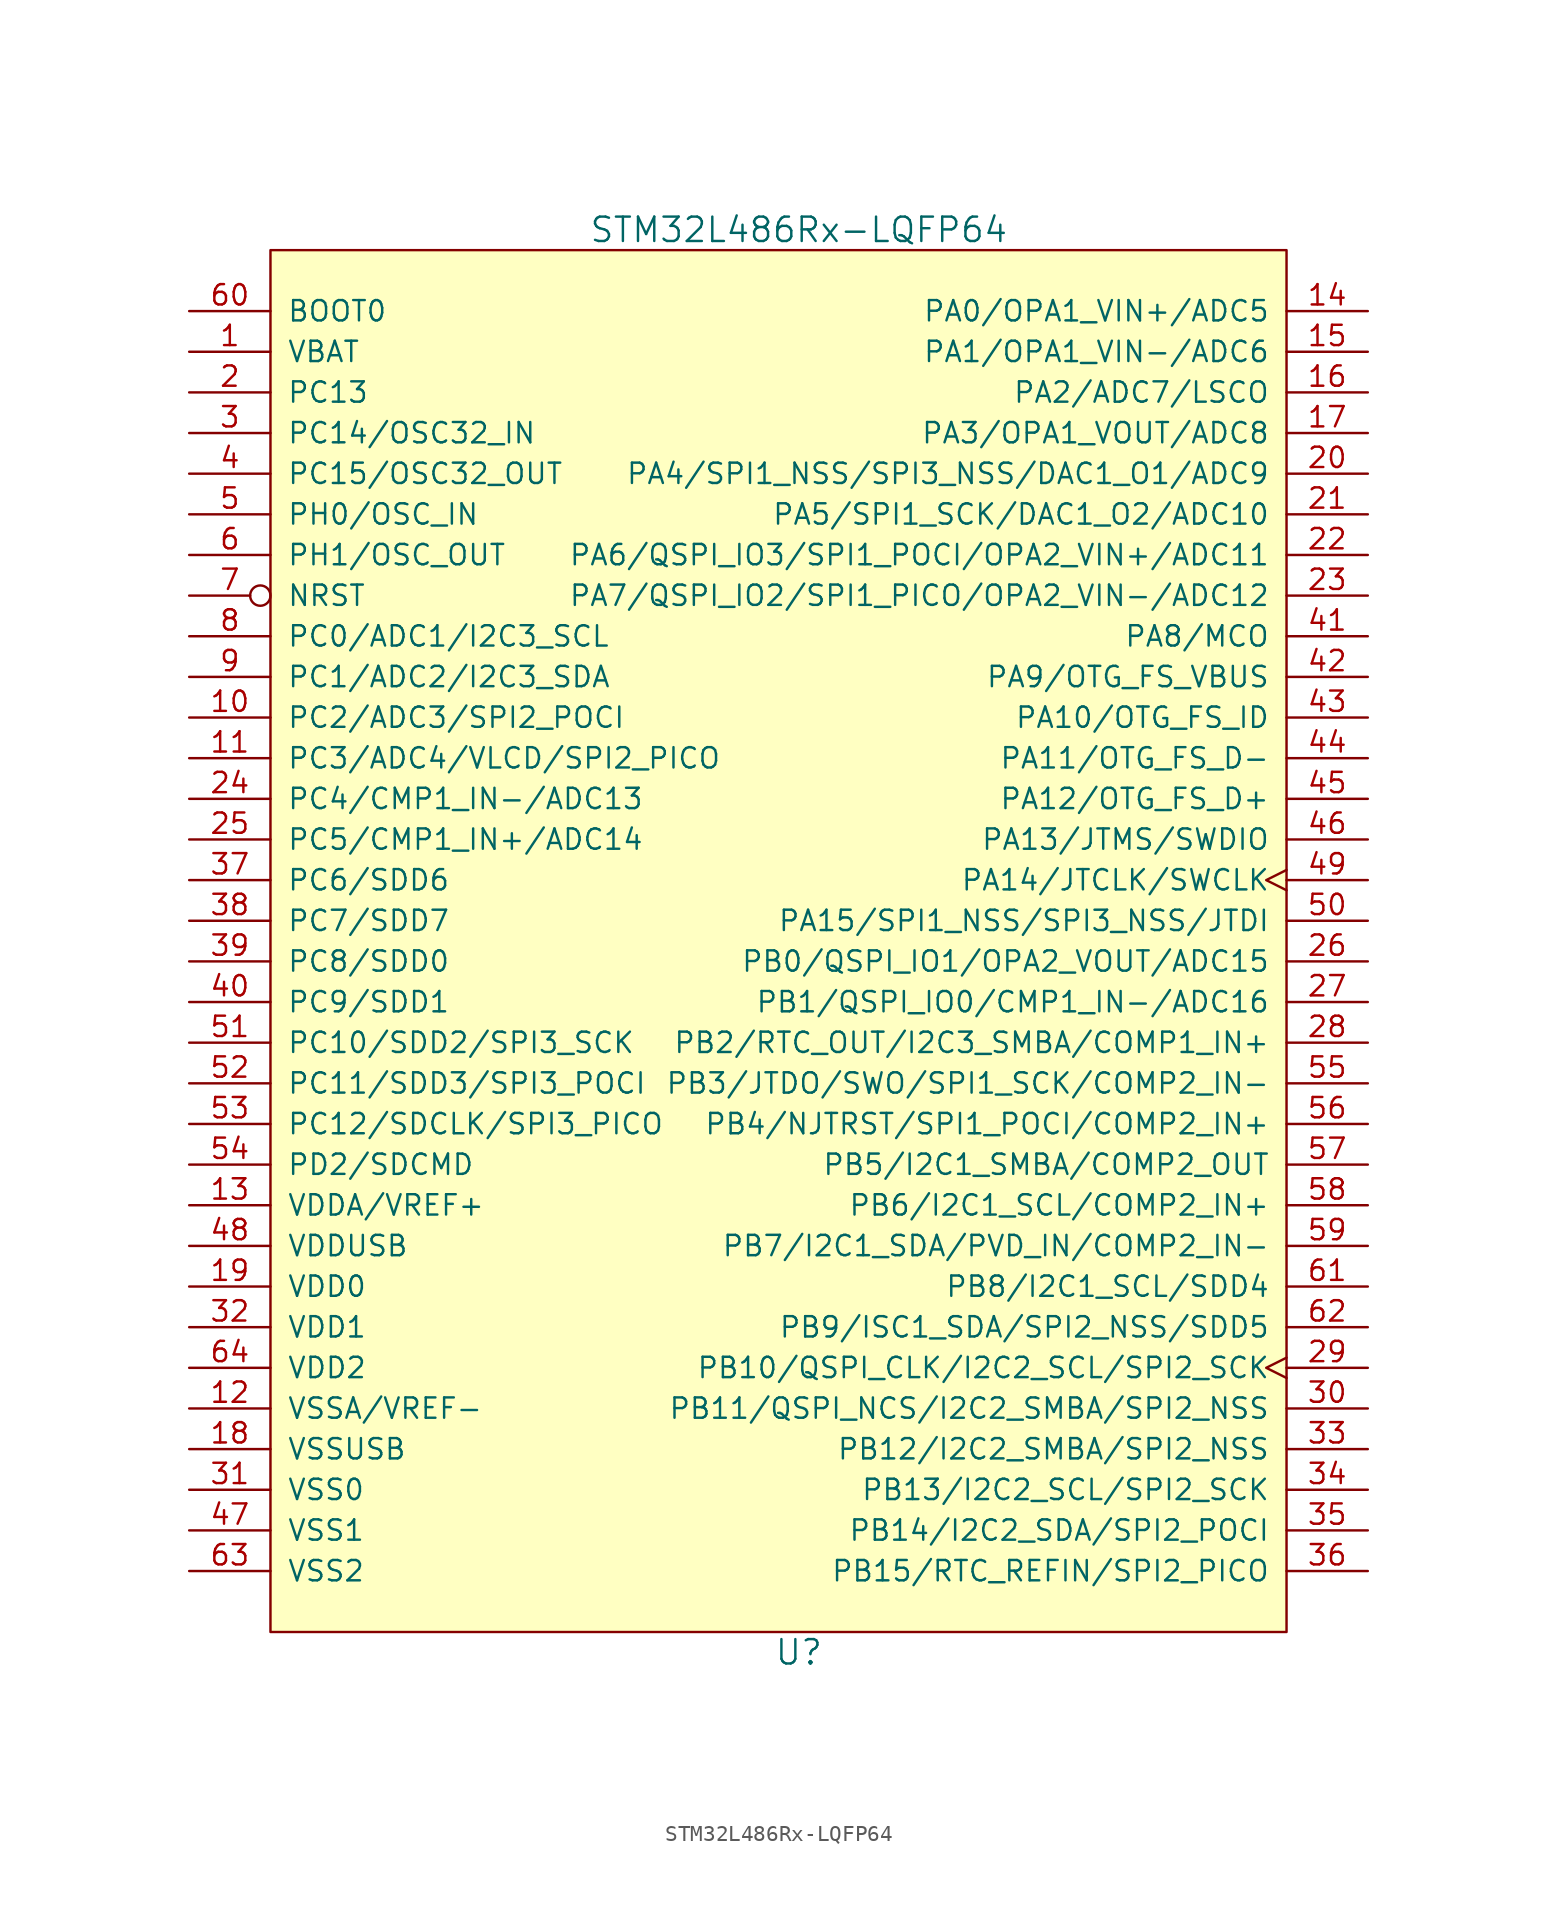
<source format=kicad_sym>
(kicad_symbol_lib
  (version 20231120)
  (generator "kicad_symbol_editor")
  (generator_version "8.0")
  (symbol "STM32L486Rx-LQFP64"
    (pin_names
      (offset 1.016))
    (property "Reference" "U"
      (at 1.27 -44.45 0)
      (effects (font (size 1.524 1.524))))
    (property "Value" "STM32L486Rx-LQFP64"
      (at 1.27 44.45 0)
      (effects (font (size 1.524 1.524))))
    (property "Footprint" ""
      (at 1.27 0 0)
      (effects (font (size 1.524 1.524))))
    (property "Datasheet" ""
      (at 1.27 0 0)
      (effects (font (size 1.524 1.524))))
    (symbol "STM32L486Rx-LQFP64_0_1"
      (rectangle (start -31.75 43.18) (end 31.75 -43.18) (stroke (width 0) (type default)) (fill (type background))))
    (symbol "STM32L486Rx-LQFP64_1_1"
      (pin input line (at -36.83 36.83 0) (length 5.08) (name "VBAT" (effects (font (size 1.27 1.27)))) (number "1" (effects (font (size 1.27 1.27)))))
      (pin bidirectional line (at -36.83 13.97 0) (length 5.08) (name "PC2/ADC3/SPI2_POCI" (effects (font (size 1.27 1.27)))) (number "10" (effects (font (size 1.27 1.27)))))
      (pin bidirectional line (at -36.83 11.43 0) (length 5.08) (name "PC3/ADC4/VLCD/SPI2_PICO" (effects (font (size 1.27 1.27)))) (number "11" (effects (font (size 1.27 1.27)))))
      (pin power_in line (at -36.83 -29.21 0) (length 5.08) (name "VSSA/VREF-" (effects (font (size 1.27 1.27)))) (number "12" (effects (font (size 1.27 1.27)))))
      (pin power_in line (at -36.83 -16.51 0) (length 5.08) (name "VDDA/VREF+" (effects (font (size 1.27 1.27)))) (number "13" (effects (font (size 1.27 1.27)))))
      (pin bidirectional line (at 36.83 39.37 180) (length 5.08) (name "PA0/OPA1_VIN+/ADC5" (effects (font (size 1.27 1.27)))) (number "14" (effects (font (size 1.27 1.27)))))
      (pin bidirectional line (at 36.83 36.83 180) (length 5.08) (name "PA1/OPA1_VIN-/ADC6" (effects (font (size 1.27 1.27)))) (number "15" (effects (font (size 1.27 1.27)))))
      (pin bidirectional line (at 36.83 34.29 180) (length 5.08) (name "PA2/ADC7/LSCO" (effects (font (size 1.27 1.27)))) (number "16" (effects (font (size 1.27 1.27)))))
      (pin bidirectional line (at 36.83 31.75 180) (length 5.08) (name "PA3/OPA1_VOUT/ADC8" (effects (font (size 1.27 1.27)))) (number "17" (effects (font (size 1.27 1.27)))))
      (pin power_in line (at -36.83 -31.75 0) (length 5.08) (name "VSSUSB" (effects (font (size 1.27 1.27)))) (number "18" (effects (font (size 1.27 1.27)))))
      (pin power_in line (at -36.83 -21.59 0) (length 5.08) (name "VDD0" (effects (font (size 1.27 1.27)))) (number "19" (effects (font (size 1.27 1.27)))))
      (pin input line (at -36.83 34.29 0) (length 5.08) (name "PC13" (effects (font (size 1.27 1.27)))) (number "2" (effects (font (size 1.27 1.27)))))
      (pin bidirectional line (at 36.83 29.21 180) (length 5.08) (name "PA4/SPI1_NSS/SPI3_NSS/DAC1_O1/ADC9" (effects (font (size 1.27 1.27)))) (number "20" (effects (font (size 1.27 1.27)))))
      (pin bidirectional line (at 36.83 26.67 180) (length 5.08) (name "PA5/SPI1_SCK/DAC1_O2/ADC10" (effects (font (size 1.27 1.27)))) (number "21" (effects (font (size 1.27 1.27)))))
      (pin bidirectional line (at 36.83 24.13 180) (length 5.08) (name "PA6/QSPI_IO3/SPI1_POCI/OPA2_VIN+/ADC11" (effects (font (size 1.27 1.27)))) (number "22" (effects (font (size 1.27 1.27)))))
      (pin bidirectional line (at 36.83 21.59 180) (length 5.08) (name "PA7/QSPI_IO2/SPI1_PICO/OPA2_VIN-/ADC12" (effects (font (size 1.27 1.27)))) (number "23" (effects (font (size 1.27 1.27)))))
      (pin bidirectional line (at -36.83 8.89 0) (length 5.08) (name "PC4/CMP1_IN-/ADC13" (effects (font (size 1.27 1.27)))) (number "24" (effects (font (size 1.27 1.27)))))
      (pin bidirectional line (at -36.83 6.35 0) (length 5.08) (name "PC5/CMP1_IN+/ADC14" (effects (font (size 1.27 1.27)))) (number "25" (effects (font (size 1.27 1.27)))))
      (pin bidirectional line (at 36.83 -1.27 180) (length 5.08) (name "PB0/QSPI_IO1/OPA2_VOUT/ADC15" (effects (font (size 1.27 1.27)))) (number "26" (effects (font (size 1.27 1.27)))))
      (pin bidirectional line (at 36.83 -3.81 180) (length 5.08) (name "PB1/QSPI_IO0/CMP1_IN-/ADC16" (effects (font (size 1.27 1.27)))) (number "27" (effects (font (size 1.27 1.27)))))
      (pin bidirectional line (at 36.83 -6.35 180) (length 5.08) (name "PB2/RTC_OUT/I2C3_SMBA/COMP1_IN+" (effects (font (size 1.27 1.27)))) (number "28" (effects (font (size 1.27 1.27)))))
      (pin bidirectional clock (at 36.83 -26.67 180) (length 5.08) (name "PB10/QSPI_CLK/I2C2_SCL/SPI2_SCK" (effects (font (size 1.27 1.27)))) (number "29" (effects (font (size 1.27 1.27)))))
      (pin input line (at -36.83 31.75 0) (length 5.08) (name "PC14/OSC32_IN" (effects (font (size 1.27 1.27)))) (number "3" (effects (font (size 1.27 1.27)))))
      (pin bidirectional line (at 36.83 -29.21 180) (length 5.08) (name "PB11/QSPI_NCS/I2C2_SMBA/SPI2_NSS" (effects (font (size 1.27 1.27)))) (number "30" (effects (font (size 1.27 1.27)))))
      (pin power_in line (at -36.83 -34.29 0) (length 5.08) (name "VSS0" (effects (font (size 1.27 1.27)))) (number "31" (effects (font (size 1.27 1.27)))))
      (pin power_in line (at -36.83 -24.13 0) (length 5.08) (name "VDD1" (effects (font (size 1.27 1.27)))) (number "32" (effects (font (size 1.27 1.27)))))
      (pin bidirectional line (at 36.83 -31.75 180) (length 5.08) (name "PB12/I2C2_SMBA/SPI2_NSS" (effects (font (size 1.27 1.27)))) (number "33" (effects (font (size 1.27 1.27)))))
      (pin bidirectional line (at 36.83 -34.29 180) (length 5.08) (name "PB13/I2C2_SCL/SPI2_SCK" (effects (font (size 1.27 1.27)))) (number "34" (effects (font (size 1.27 1.27)))))
      (pin bidirectional line (at 36.83 -36.83 180) (length 5.08) (name "PB14/I2C2_SDA/SPI2_POCI" (effects (font (size 1.27 1.27)))) (number "35" (effects (font (size 1.27 1.27)))))
      (pin bidirectional line (at 36.83 -39.37 180) (length 5.08) (name "PB15/RTC_REFIN/SPI2_PICO" (effects (font (size 1.27 1.27)))) (number "36" (effects (font (size 1.27 1.27)))))
      (pin bidirectional line (at -36.83 3.81 0) (length 5.08) (name "PC6/SDD6" (effects (font (size 1.27 1.27)))) (number "37" (effects (font (size 1.27 1.27)))))
      (pin bidirectional line (at -36.83 1.27 0) (length 5.08) (name "PC7/SDD7" (effects (font (size 1.27 1.27)))) (number "38" (effects (font (size 1.27 1.27)))))
      (pin bidirectional line (at -36.83 -1.27 0) (length 5.08) (name "PC8/SDD0" (effects (font (size 1.27 1.27)))) (number "39" (effects (font (size 1.27 1.27)))))
      (pin input line (at -36.83 29.21 0) (length 5.08) (name "PC15/OSC32_OUT" (effects (font (size 1.27 1.27)))) (number "4" (effects (font (size 1.27 1.27)))))
      (pin bidirectional line (at -36.83 -3.81 0) (length 5.08) (name "PC9/SDD1" (effects (font (size 1.27 1.27)))) (number "40" (effects (font (size 1.27 1.27)))))
      (pin bidirectional line (at 36.83 19.05 180) (length 5.08) (name "PA8/MCO" (effects (font (size 1.27 1.27)))) (number "41" (effects (font (size 1.27 1.27)))))
      (pin bidirectional line (at 36.83 16.51 180) (length 5.08) (name "PA9/OTG_FS_VBUS" (effects (font (size 1.27 1.27)))) (number "42" (effects (font (size 1.27 1.27)))))
      (pin bidirectional line (at 36.83 13.97 180) (length 5.08) (name "PA10/OTG_FS_ID" (effects (font (size 1.27 1.27)))) (number "43" (effects (font (size 1.27 1.27)))))
      (pin bidirectional line (at 36.83 11.43 180) (length 5.08) (name "PA11/OTG_FS_D-" (effects (font (size 1.27 1.27)))) (number "44" (effects (font (size 1.27 1.27)))))
      (pin bidirectional line (at 36.83 8.89 180) (length 5.08) (name "PA12/OTG_FS_D+" (effects (font (size 1.27 1.27)))) (number "45" (effects (font (size 1.27 1.27)))))
      (pin bidirectional line (at 36.83 6.35 180) (length 5.08) (name "PA13/JTMS/SWDIO" (effects (font (size 1.27 1.27)))) (number "46" (effects (font (size 1.27 1.27)))))
      (pin power_in line (at -36.83 -36.83 0) (length 5.08) (name "VSS1" (effects (font (size 1.27 1.27)))) (number "47" (effects (font (size 1.27 1.27)))))
      (pin power_in line (at -36.83 -19.05 0) (length 5.08) (name "VDDUSB" (effects (font (size 1.27 1.27)))) (number "48" (effects (font (size 1.27 1.27)))))
      (pin bidirectional clock (at 36.83 3.81 180) (length 5.08) (name "PA14/JTCLK/SWCLK" (effects (font (size 1.27 1.27)))) (number "49" (effects (font (size 1.27 1.27)))))
      (pin input line (at -36.83 26.67 0) (length 5.08) (name "PH0/OSC_IN" (effects (font (size 1.27 1.27)))) (number "5" (effects (font (size 1.27 1.27)))))
      (pin bidirectional line (at 36.83 1.27 180) (length 5.08) (name "PA15/SPI1_NSS/SPI3_NSS/JTDI" (effects (font (size 1.27 1.27)))) (number "50" (effects (font (size 1.27 1.27)))))
      (pin bidirectional line (at -36.83 -6.35 0) (length 5.08) (name "PC10/SDD2/SPI3_SCK" (effects (font (size 1.27 1.27)))) (number "51" (effects (font (size 1.27 1.27)))))
      (pin bidirectional line (at -36.83 -8.89 0) (length 5.08) (name "PC11/SDD3/SPI3_POCI" (effects (font (size 1.27 1.27)))) (number "52" (effects (font (size 1.27 1.27)))))
      (pin bidirectional line (at -36.83 -11.43 0) (length 5.08) (name "PC12/SDCLK/SPI3_PICO" (effects (font (size 1.27 1.27)))) (number "53" (effects (font (size 1.27 1.27)))))
      (pin bidirectional line (at -36.83 -13.97 0) (length 5.08) (name "PD2/SDCMD" (effects (font (size 1.27 1.27)))) (number "54" (effects (font (size 1.27 1.27)))))
      (pin bidirectional line (at 36.83 -8.89 180) (length 5.08) (name "PB3/JTDO/SWO/SPI1_SCK/COMP2_IN-" (effects (font (size 1.27 1.27)))) (number "55" (effects (font (size 1.27 1.27)))))
      (pin bidirectional line (at 36.83 -11.43 180) (length 5.08) (name "PB4/NJTRST/SPI1_POCI/COMP2_IN+" (effects (font (size 1.27 1.27)))) (number "56" (effects (font (size 1.27 1.27)))))
      (pin bidirectional line (at 36.83 -13.97 180) (length 5.08) (name "PB5/I2C1_SMBA/COMP2_OUT" (effects (font (size 1.27 1.27)))) (number "57" (effects (font (size 1.27 1.27)))))
      (pin bidirectional line (at 36.83 -16.51 180) (length 5.08) (name "PB6/I2C1_SCL/COMP2_IN+" (effects (font (size 1.27 1.27)))) (number "58" (effects (font (size 1.27 1.27)))))
      (pin bidirectional line (at 36.83 -19.05 180) (length 5.08) (name "PB7/I2C1_SDA/PVD_IN/COMP2_IN-" (effects (font (size 1.27 1.27)))) (number "59" (effects (font (size 1.27 1.27)))))
      (pin input line (at -36.83 24.13 0) (length 5.08) (name "PH1/OSC_OUT" (effects (font (size 1.27 1.27)))) (number "6" (effects (font (size 1.27 1.27)))))
      (pin input line (at -36.83 39.37 0) (length 5.08) (name "BOOT0" (effects (font (size 1.27 1.27)))) (number "60" (effects (font (size 1.27 1.27)))))
      (pin bidirectional line (at 36.83 -21.59 180) (length 5.08) (name "PB8/I2C1_SCL/SDD4" (effects (font (size 1.27 1.27)))) (number "61" (effects (font (size 1.27 1.27)))))
      (pin bidirectional line (at 36.83 -24.13 180) (length 5.08) (name "PB9/ISC1_SDA/SPI2_NSS/SDD5" (effects (font (size 1.27 1.27)))) (number "62" (effects (font (size 1.27 1.27)))))
      (pin power_in line (at -36.83 -39.37 0) (length 5.08) (name "VSS2" (effects (font (size 1.27 1.27)))) (number "63" (effects (font (size 1.27 1.27)))))
      (pin power_in line (at -36.83 -26.67 0) (length 5.08) (name "VDD2" (effects (font (size 1.27 1.27)))) (number "64" (effects (font (size 1.27 1.27)))))
      (pin input inverted (at -36.83 21.59 0) (length 5.08) (name "NRST" (effects (font (size 1.27 1.27)))) (number "7" (effects (font (size 1.27 1.27)))))
      (pin bidirectional line (at -36.83 19.05 0) (length 5.08) (name "PC0/ADC1/I2C3_SCL" (effects (font (size 1.27 1.27)))) (number "8" (effects (font (size 1.27 1.27)))))
      (pin bidirectional line (at -36.83 16.51 0) (length 5.08) (name "PC1/ADC2/I2C3_SDA" (effects (font (size 1.27 1.27)))) (number "9" (effects (font (size 1.27 1.27))))))))
</source>
